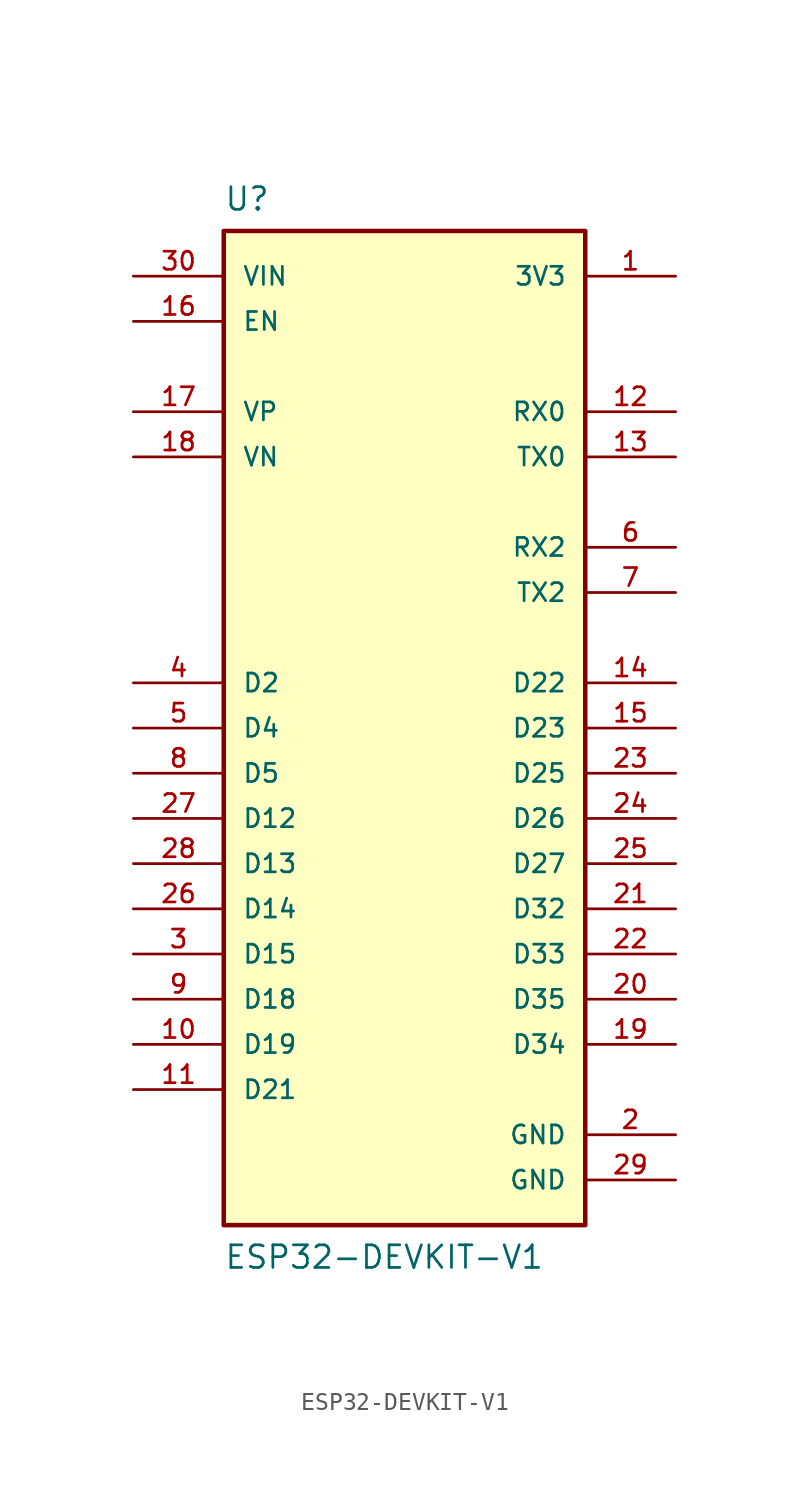
<source format=kicad_sym>
(kicad_symbol_lib
  (version 20241209)
  (generator "kicad_symbol_editor")
  (generator_version "9.0")
  (symbol "ESP32-DEVKIT-V1"
    (pin_names
      (offset 1.016))
    (property "Reference" "U"
      (at -10.16 30.48 0)
      (effects (font (size 1.27 1.27)) (justify left top)))
    (property "Value" "ESP32-DEVKIT-V1"
      (at -10.16 -30.48 0)
      (effects (font (size 1.27 1.27)) (justify left bottom)))
    (symbol "ESP32-DEVKIT-V1_0_0"
      (rectangle (start -10.16 27.94) (end 10.16 -27.94) (stroke (width 0.254) (type default)) (fill (type background)))
      (pin input line (at -15.24 25.4 0) (length 5.08) (name "VIN" (effects (font (size 1.016 1.016)))) (number "30" (effects (font (size 1.016 1.016)))))
      (pin input line (at -15.24 22.86 0) (length 5.08) (name "EN" (effects (font (size 1.016 1.016)))) (number "16" (effects (font (size 1.016 1.016)))))
      (pin bidirectional line (at -15.24 17.78 0) (length 5.08) (name "VP" (effects (font (size 1.016 1.016)))) (number "17" (effects (font (size 1.016 1.016)))))
      (pin bidirectional line (at -15.24 15.24 0) (length 5.08) (name "VN" (effects (font (size 1.016 1.016)))) (number "18" (effects (font (size 1.016 1.016)))))
      (pin bidirectional line (at -15.24 2.54 0) (length 5.08) (name "D2" (effects (font (size 1.016 1.016)))) (number "4" (effects (font (size 1.016 1.016)))))
      (pin bidirectional line (at -15.24 0 0) (length 5.08) (name "D4" (effects (font (size 1.016 1.016)))) (number "5" (effects (font (size 1.016 1.016)))))
      (pin bidirectional line (at -15.24 -2.54 0) (length 5.08) (name "D5" (effects (font (size 1.016 1.016)))) (number "8" (effects (font (size 1.016 1.016)))))
      (pin bidirectional line (at -15.24 -5.08 0) (length 5.08) (name "D12" (effects (font (size 1.016 1.016)))) (number "27" (effects (font (size 1.016 1.016)))))
      (pin bidirectional line (at -15.24 -7.62 0) (length 5.08) (name "D13" (effects (font (size 1.016 1.016)))) (number "28" (effects (font (size 1.016 1.016)))))
      (pin bidirectional line (at -15.24 -10.16 0) (length 5.08) (name "D14" (effects (font (size 1.016 1.016)))) (number "26" (effects (font (size 1.016 1.016)))))
      (pin bidirectional line (at -15.24 -12.7 0) (length 5.08) (name "D15" (effects (font (size 1.016 1.016)))) (number "3" (effects (font (size 1.016 1.016)))))
      (pin bidirectional line (at -15.24 -15.24 0) (length 5.08) (name "D18" (effects (font (size 1.016 1.016)))) (number "9" (effects (font (size 1.016 1.016)))))
      (pin bidirectional line (at -15.24 -17.78 0) (length 5.08) (name "D19" (effects (font (size 1.016 1.016)))) (number "10" (effects (font (size 1.016 1.016)))))
      (pin bidirectional line (at -15.24 -20.32 0) (length 5.08) (name "D21" (effects (font (size 1.016 1.016)))) (number "11" (effects (font (size 1.016 1.016)))))
      (pin output line (at 15.24 25.4 180) (length 5.08) (name "3V3" (effects (font (size 1.016 1.016)))) (number "1" (effects (font (size 1.016 1.016)))))
      (pin input line (at 15.24 17.78 180) (length 5.08) (name "RX0" (effects (font (size 1.016 1.016)))) (number "12" (effects (font (size 1.016 1.016)))))
      (pin output line (at 15.24 15.24 180) (length 5.08) (name "TX0" (effects (font (size 1.016 1.016)))) (number "13" (effects (font (size 1.016 1.016)))))
      (pin input line (at 15.24 10.16 180) (length 5.08) (name "RX2" (effects (font (size 1.016 1.016)))) (number "6" (effects (font (size 1.016 1.016)))))
      (pin output line (at 15.24 7.62 180) (length 5.08) (name "TX2" (effects (font (size 1.016 1.016)))) (number "7" (effects (font (size 1.016 1.016)))))
      (pin bidirectional line (at 15.24 2.54 180) (length 5.08) (name "D22" (effects (font (size 1.016 1.016)))) (number "14" (effects (font (size 1.016 1.016)))))
      (pin bidirectional line (at 15.24 0 180) (length 5.08) (name "D23" (effects (font (size 1.016 1.016)))) (number "15" (effects (font (size 1.016 1.016)))))
      (pin bidirectional line (at 15.24 -2.54 180) (length 5.08) (name "D25" (effects (font (size 1.016 1.016)))) (number "23" (effects (font (size 1.016 1.016)))))
      (pin bidirectional line (at 15.24 -5.08 180) (length 5.08) (name "D26" (effects (font (size 1.016 1.016)))) (number "24" (effects (font (size 1.016 1.016)))))
      (pin bidirectional line (at 15.24 -7.62 180) (length 5.08) (name "D27" (effects (font (size 1.016 1.016)))) (number "25" (effects (font (size 1.016 1.016)))))
      (pin bidirectional line (at 15.24 -10.16 180) (length 5.08) (name "D32" (effects (font (size 1.016 1.016)))) (number "21" (effects (font (size 1.016 1.016)))))
      (pin bidirectional line (at 15.24 -12.7 180) (length 5.08) (name "D33" (effects (font (size 1.016 1.016)))) (number "22" (effects (font (size 1.016 1.016)))))
      (pin bidirectional line (at 15.24 -15.24 180) (length 5.08) (name "D35" (effects (font (size 1.016 1.016)))) (number "20" (effects (font (size 1.016 1.016)))))
      (pin bidirectional line (at 15.24 -17.78 180) (length 5.08) (name "D34" (effects (font (size 1.016 1.016)))) (number "19" (effects (font (size 1.016 1.016)))))
      (pin power_in line (at 15.24 -22.86 180) (length 5.08) (name "GND" (effects (font (size 1.016 1.016)))) (number "2" (effects (font (size 1.016 1.016)))))
      (pin power_in line (at 15.24 -25.4 180) (length 5.08) (name "GND" (effects (font (size 1.016 1.016)))) (number "29" (effects (font (size 1.016 1.016))))))))
</source>
